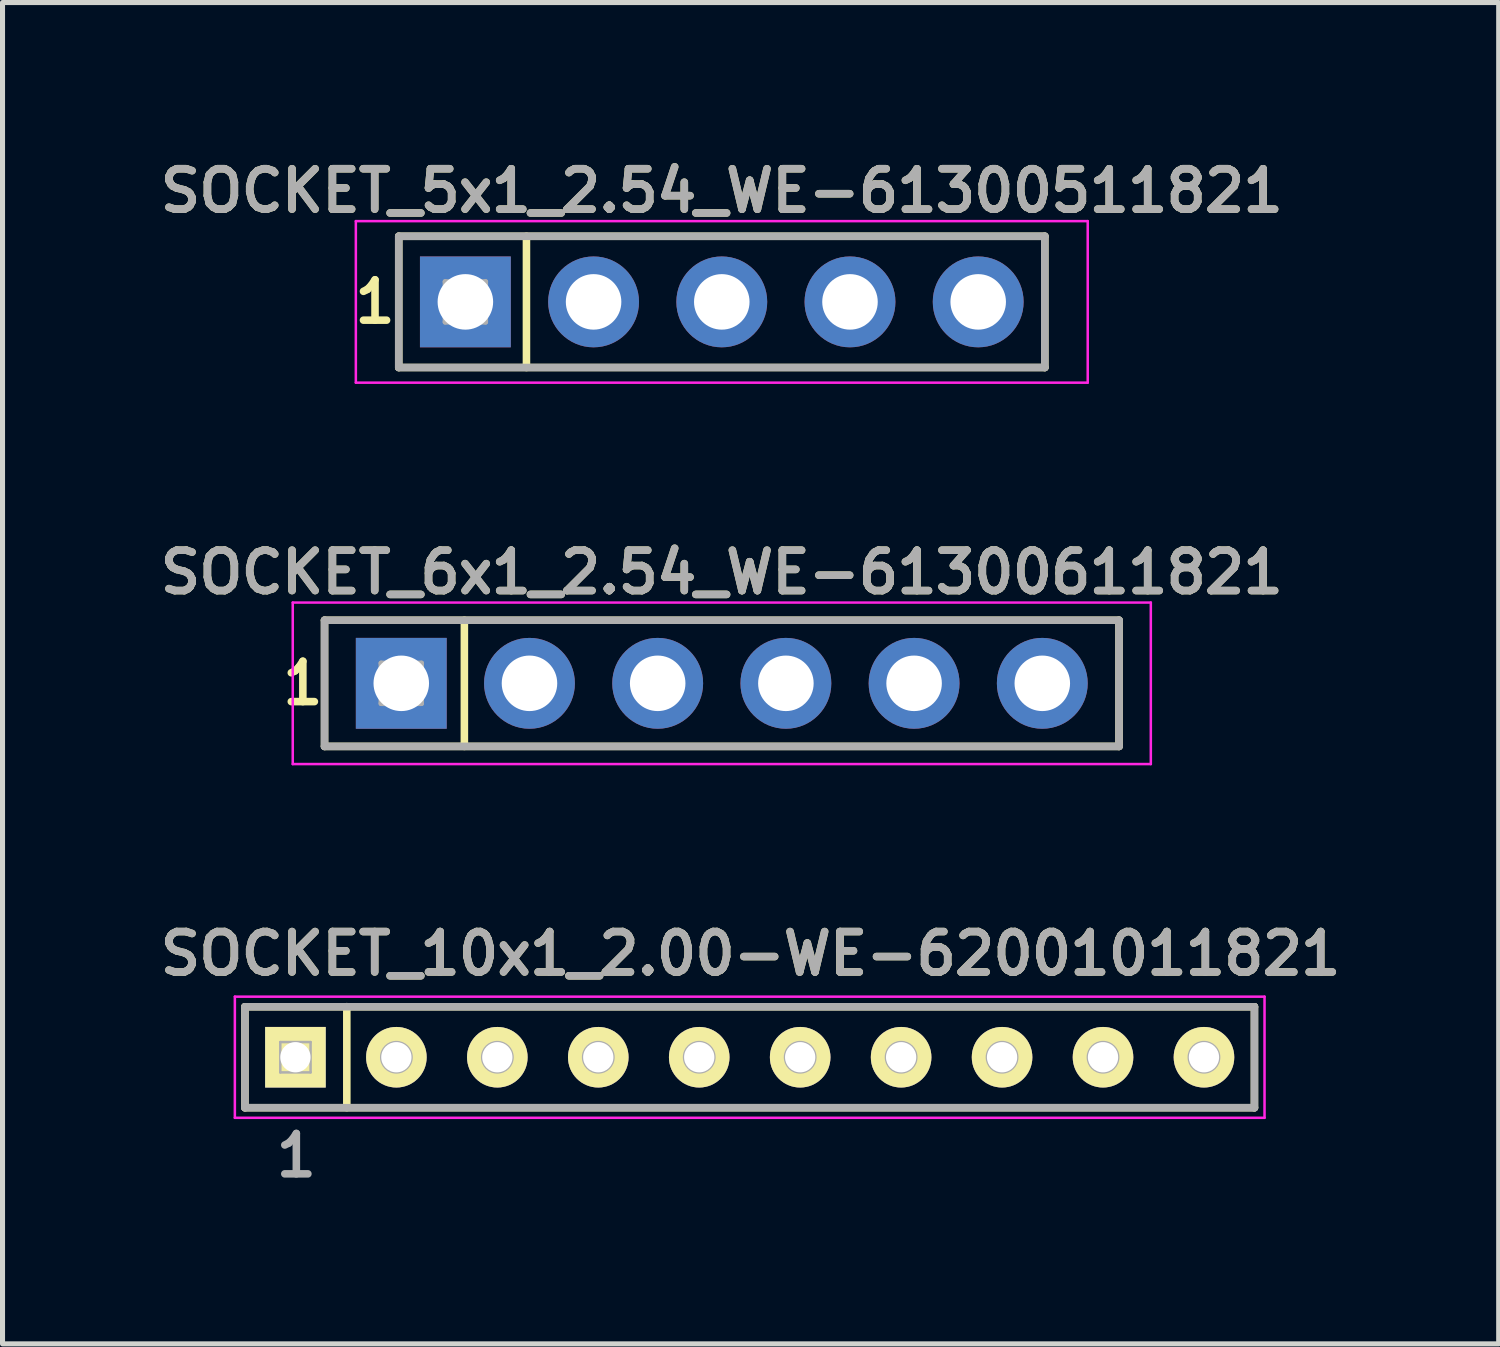
<source format=kicad_pcb>
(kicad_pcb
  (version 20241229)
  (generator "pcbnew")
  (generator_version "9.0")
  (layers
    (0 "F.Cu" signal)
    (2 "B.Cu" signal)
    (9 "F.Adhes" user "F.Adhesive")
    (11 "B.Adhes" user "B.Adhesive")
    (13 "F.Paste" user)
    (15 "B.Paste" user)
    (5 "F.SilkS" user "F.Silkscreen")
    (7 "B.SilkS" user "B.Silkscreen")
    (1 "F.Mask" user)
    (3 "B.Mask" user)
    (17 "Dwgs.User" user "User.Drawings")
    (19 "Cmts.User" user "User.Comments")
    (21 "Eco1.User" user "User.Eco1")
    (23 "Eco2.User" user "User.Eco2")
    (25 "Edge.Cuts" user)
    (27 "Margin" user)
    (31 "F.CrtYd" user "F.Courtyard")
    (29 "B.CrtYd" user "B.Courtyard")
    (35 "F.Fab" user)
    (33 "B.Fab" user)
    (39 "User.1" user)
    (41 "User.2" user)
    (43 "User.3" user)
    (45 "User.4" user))
  (footprint "SOCKET_5x1_2.54_WE-61300511821"
    (layer "F.Cu")
    (at 11.25 2.931)
    (property "Reference" "SOCKET_5x1_2.54_WE-61300511821" (at 0 -2.2 0) (layer "F.SilkS") (effects (font (size 0.8 0.8) (thickness 0.15))))
    (attr through_hole)
    (fp_line (start -6.4 -1.3) (end 6.4 -1.3) (stroke (width 0.15) (type solid)) (layer "F.SilkS"))
    (fp_line (start -6.4 1.3) (end -6.4 -1.3) (stroke (width 0.15) (type solid)) (layer "F.SilkS"))
    (fp_line (start -3.87 -1.3) (end -3.87 1.3) (stroke (width 0.15) (type solid)) (layer "F.SilkS"))
    (fp_line (start 6.4 -1.3) (end 6.4 1.3) (stroke (width 0.15) (type solid)) (layer "F.SilkS"))
    (fp_line (start 6.4 1.3) (end -6.4 1.3) (stroke (width 0.15) (type solid)) (layer "F.SilkS"))
    (fp_line (start -7.25 -1.6) (end 7.25 -1.6) (stroke (width 0.05) (type solid)) (layer "F.CrtYd"))
    (fp_line (start -7.25 1.6) (end -7.25 -1.6) (stroke (width 0.05) (type solid)) (layer "F.CrtYd"))
    (fp_line (start 7.25 -1.6) (end 7.25 1.6) (stroke (width 0.05) (type solid)) (layer "F.CrtYd"))
    (fp_line (start 7.25 1.6) (end -7.25 1.6) (stroke (width 0.05) (type solid)) (layer "F.CrtYd"))
    (fp_line (start -6.4 -1.3) (end 6.4 -1.3) (stroke (width 0.15) (type solid)) (layer "F.Fab"))
    (fp_line (start -6.4 1.3) (end -6.4 -1.3) (stroke (width 0.15) (type solid)) (layer "F.Fab"))
    (fp_line (start -5.48 -0.4) (end -4.68 -0.4) (stroke (width 0.1) (type solid)) (layer "F.Fab"))
    (fp_line (start -5.48 0) (end -4.68 0) (stroke (width 0.1) (type solid)) (layer "F.Fab"))
    (fp_line (start -5.48 0.4) (end -5.48 -0.4) (stroke (width 0.1) (type solid)) (layer "F.Fab"))
    (fp_line (start -5.08 -0.4) (end -5.08 0.4) (stroke (width 0.1) (type solid)) (layer "F.Fab"))
    (fp_line (start -4.68 -0.4) (end -4.68 0.4) (stroke (width 0.1) (type solid)) (layer "F.Fab"))
    (fp_line (start -4.68 0.4) (end -5.48 0.4) (stroke (width 0.1) (type solid)) (layer "F.Fab"))
    (fp_line (start -2.94 0) (end -2.14 0) (stroke (width 0.1) (type solid)) (layer "F.Fab"))
    (fp_line (start -2.54 -0.4) (end -2.54 0.4) (stroke (width 0.1) (type solid)) (layer "F.Fab"))
    (fp_line (start -0.4 0) (end 0.4 0) (stroke (width 0.1) (type solid)) (layer "F.Fab"))
    (fp_line (start 0 -0.4) (end 0 0.4) (stroke (width 0.1) (type solid)) (layer "F.Fab"))
    (fp_line (start 2.14 0) (end 2.94 0) (stroke (width 0.1) (type solid)) (layer "F.Fab"))
    (fp_line (start 2.54 -0.4) (end 2.54 0.4) (stroke (width 0.1) (type solid)) (layer "F.Fab"))
    (fp_line (start 4.68 0) (end 5.48 0) (stroke (width 0.1) (type solid)) (layer "F.Fab"))
    (fp_line (start 5.08 -0.4) (end 5.08 0.4) (stroke (width 0.1) (type solid)) (layer "F.Fab"))
    (fp_line (start 6.4 -1.3) (end 6.4 1.3) (stroke (width 0.15) (type solid)) (layer "F.Fab"))
    (fp_line (start 6.4 1.3) (end -6.4 1.3) (stroke (width 0.15) (type solid)) (layer "F.Fab"))
    (fp_circle (center -2.54 0) (end -2.14 0) (stroke (width 0.1) (type solid)) (fill no) (layer "F.Fab"))
    (fp_circle (center 0 0) (end 0.4 0) (stroke (width 0.1) (type solid)) (fill no) (layer "F.Fab"))
    (fp_circle (center 2.54 0) (end 2.94 0) (stroke (width 0.1) (type solid)) (fill no) (layer "F.Fab"))
    (fp_circle (center 5.08 0) (end 5.48 0) (stroke (width 0.1) (type solid)) (fill no) (layer "F.Fab"))
    (fp_text user "1" (at -6.87 0 0) (layer "F.SilkS") (effects (font (size 0.8 0.8) (thickness 0.15))))
    (fp_text user "${REFERENCE}" (at 0 -2.2 0) (layer "F.Fab") (effects (font (size 0.8 0.8) (thickness 0.15))))
    (pad "1" thru_hole rect (at -5.08 0) (size 1.8 1.8) (drill 1.1) (layers "*.Cu" "*.Mask"))
    (pad "2" thru_hole circle (at -2.54 0) (size 1.8 1.8) (drill 1.1) (layers "*.Cu" "*.Mask"))
    (pad "3" thru_hole circle (at 0 0) (size 1.8 1.8) (drill 1.1) (layers "*.Cu" "*.Mask"))
    (pad "4" thru_hole circle (at 2.54 0) (size 1.8 1.8) (drill 1.1) (layers "*.Cu" "*.Mask"))
    (pad "5" thru_hole circle (at 5.08 0) (size 1.8 1.8) (drill 1.1) (layers "*.Cu" "*.Mask")))
  (footprint "SOCKET_10x1_2.00-WE-62001011821"
    (layer "F.Cu")
    (at 11.821 17.844)
    (property "Reference" "SOCKET_10x1_2.00-WE-62001011821" (at 0 -2 180) (layer "F.SilkS") (effects (font (size 0.8 0.8) (thickness 0.15))))
    (attr through_hole)
    (fp_line (start -10.018 1.052) (end -10.018 -0.948) (stroke (width 0.15) (type solid)) (layer "F.SilkS"))
    (fp_line (start -10.018 1.052) (end 9.982 1.052) (stroke (width 0.15) (type solid)) (layer "F.SilkS"))
    (fp_line (start -8 -0.95) (end -8 1.05) (stroke (width 0.15) (type solid)) (layer "F.SilkS"))
    (fp_line (start 9.982 -0.948) (end -10.018 -0.948) (stroke (width 0.15) (type solid)) (layer "F.SilkS"))
    (fp_line (start 9.982 1.052) (end 9.982 -0.948) (stroke (width 0.15) (type solid)) (layer "F.SilkS"))
    (fp_line (start -10.218 -1.148) (end 10.182 -1.148) (stroke (width 0.05) (type solid)) (layer "F.CrtYd"))
    (fp_line (start -10.218 1.252) (end -10.218 -1.148) (stroke (width 0.05) (type solid)) (layer "F.CrtYd"))
    (fp_line (start 10.182 -1.148) (end 10.182 1.252) (stroke (width 0.05) (type solid)) (layer "F.CrtYd"))
    (fp_line (start 10.182 1.252) (end -10.218 1.252) (stroke (width 0.05) (type solid)) (layer "F.CrtYd"))
    (fp_line (start -10.018 -0.948) (end -10.018 1.052) (stroke (width 0.15) (type solid)) (layer "F.Fab"))
    (fp_line (start -10.018 1.052) (end 9.982 1.052) (stroke (width 0.15) (type solid)) (layer "F.Fab"))
    (fp_line (start -9.318 -0.248) (end -9.318 0.352) (stroke (width 0.05) (type solid)) (layer "F.Fab"))
    (fp_line (start -9.318 0.352) (end -8.718 0.352) (stroke (width 0.05) (type solid)) (layer "F.Fab"))
    (fp_line (start -8.718 -0.248) (end -9.318 -0.248) (stroke (width 0.05) (type solid)) (layer "F.Fab"))
    (fp_line (start -8.718 0.352) (end -8.718 -0.248) (stroke (width 0.05) (type solid)) (layer "F.Fab"))
    (fp_line (start 9.982 -0.948) (end -10.018 -0.948) (stroke (width 0.15) (type solid)) (layer "F.Fab"))
    (fp_line (start 9.982 1.052) (end 9.982 -0.948) (stroke (width 0.15) (type solid)) (layer "F.Fab"))
    (fp_circle (center -7.018 0.052) (end -7.018 -0.248) (stroke (width 0.05) (type solid)) (fill no) (layer "F.Fab"))
    (fp_circle (center -5.018 0.052) (end -5.018 -0.248) (stroke (width 0.05) (type solid)) (fill no) (layer "F.Fab"))
    (fp_circle (center -3.018 0.052) (end -3.018 -0.248) (stroke (width 0.05) (type solid)) (fill no) (layer "F.Fab"))
    (fp_circle (center -1.018 0.052) (end -1.018 -0.248) (stroke (width 0.05) (type solid)) (fill no) (layer "F.Fab"))
    (fp_circle (center 0.982 0.052) (end 0.982 -0.248) (stroke (width 0.05) (type solid)) (fill no) (layer "F.Fab"))
    (fp_circle (center 2.982 0.052) (end 2.982 -0.248) (stroke (width 0.05) (type solid)) (fill no) (layer "F.Fab"))
    (fp_circle (center 4.982 0.052) (end 4.982 -0.248) (stroke (width 0.05) (type solid)) (fill no) (layer "F.Fab"))
    (fp_circle (center 6.982 0.052) (end 6.982 -0.248) (stroke (width 0.05) (type solid)) (fill no) (layer "F.Fab"))
    (fp_circle (center 8.982 0.052) (end 8.982 -0.248) (stroke (width 0.05) (type solid)) (fill no) (layer "F.Fab"))
    (fp_text user "${REFERENCE}" (at 0 -2 0) (layer "F.Fab") (effects (font (size 0.8 0.8) (thickness 0.15))))
    (fp_text user "1" (at -9 2 180) (layer "F.Fab") (effects (font (size 0.8 0.8) (thickness 0.15))))
    (pad "1" thru_hole rect (at -9.018 0.052 90) (size 1.2 1.2) (drill 0.6) (layers "*.Cu" "*.Mask" "F.SilkS"))
    (pad "2" thru_hole circle (at -7.018 0.052 90) (size 1.2 1.2) (drill 0.6) (layers "*.Cu" "*.Mask" "F.SilkS"))
    (pad "3" thru_hole circle (at -5.018 0.052 90) (size 1.2 1.2) (drill 0.6) (layers "*.Cu" "*.Mask" "F.SilkS"))
    (pad "4" thru_hole circle (at -3.018 0.052 90) (size 1.2 1.2) (drill 0.6) (layers "*.Cu" "*.Mask" "F.SilkS"))
    (pad "5" thru_hole circle (at -1.018 0.052 90) (size 1.2 1.2) (drill 0.6) (layers "*.Cu" "*.Mask" "F.SilkS"))
    (pad "6" thru_hole circle (at 0.982 0.052 90) (size 1.2 1.2) (drill 0.6) (layers "*.Cu" "*.Mask" "F.SilkS"))
    (pad "7" thru_hole circle (at 2.982 0.052 90) (size 1.2 1.2) (drill 0.6) (layers "*.Cu" "*.Mask" "F.SilkS"))
    (pad "8" thru_hole circle (at 4.982 0.052 90) (size 1.2 1.2) (drill 0.6) (layers "*.Cu" "*.Mask" "F.SilkS"))
    (pad "9" thru_hole circle (at 6.982 0.052 90) (size 1.2 1.2) (drill 0.6) (layers "*.Cu" "*.Mask" "F.SilkS"))
    (pad "10" thru_hole circle (at 8.982 0.052 90) (size 1.2 1.2) (drill 0.6) (layers "*.Cu" "*.Mask" "F.SilkS")))
  (footprint "SOCKET_6x1_2.54_WE-61300611821"
    (layer "F.Cu")
    (at 11.25 10.488)
    (property "Reference" "SOCKET_6x1_2.54_WE-61300611821" (at 0 -2.2 0) (layer "F.SilkS") (effects (font (size 0.8 0.8) (thickness 0.15))))
    (attr through_hole)
    (fp_line (start -7.87 -1.25) (end 7.87 -1.25) (stroke (width 0.15) (type solid)) (layer "F.SilkS"))
    (fp_line (start -7.87 1.25) (end -7.87 -1.25) (stroke (width 0.15) (type solid)) (layer "F.SilkS"))
    (fp_line (start -5.1 -1.25) (end -5.1 1.25) (stroke (width 0.15) (type solid)) (layer "F.SilkS"))
    (fp_line (start 7.87 -1.25) (end 7.87 1.25) (stroke (width 0.15) (type solid)) (layer "F.SilkS"))
    (fp_line (start 7.87 1.25) (end -7.87 1.25) (stroke (width 0.15) (type solid)) (layer "F.SilkS"))
    (fp_line (start -8.5 -1.6) (end 8.5 -1.6) (stroke (width 0.05) (type solid)) (layer "F.CrtYd"))
    (fp_line (start -8.5 1.6) (end -8.5 -1.6) (stroke (width 0.05) (type solid)) (layer "F.CrtYd"))
    (fp_line (start 8.5 -1.6) (end 8.5 1.6) (stroke (width 0.05) (type solid)) (layer "F.CrtYd"))
    (fp_line (start 8.5 1.6) (end -8.5 1.6) (stroke (width 0.05) (type solid)) (layer "F.CrtYd"))
    (fp_line (start -7.87 -1.25) (end 7.87 -1.25) (stroke (width 0.15) (type solid)) (layer "F.Fab"))
    (fp_line (start -7.87 1.25) (end -7.87 -1.25) (stroke (width 0.15) (type solid)) (layer "F.Fab"))
    (fp_line (start -6.75 -0.4) (end -5.95 -0.4) (stroke (width 0.1) (type solid)) (layer "F.Fab"))
    (fp_line (start -6.75 0) (end -5.95 0) (stroke (width 0.1) (type solid)) (layer "F.Fab"))
    (fp_line (start -6.75 0.4) (end -6.75 -0.4) (stroke (width 0.1) (type solid)) (layer "F.Fab"))
    (fp_line (start -6.35 -0.4) (end -6.35 0.4) (stroke (width 0.1) (type solid)) (layer "F.Fab"))
    (fp_line (start -5.95 -0.4) (end -5.95 0.4) (stroke (width 0.1) (type solid)) (layer "F.Fab"))
    (fp_line (start -5.95 0.4) (end -6.75 0.4) (stroke (width 0.1) (type solid)) (layer "F.Fab"))
    (fp_line (start -4.21 0) (end -3.41 0) (stroke (width 0.1) (type solid)) (layer "F.Fab"))
    (fp_line (start -3.81 -0.4) (end -3.81 0.4) (stroke (width 0.1) (type solid)) (layer "F.Fab"))
    (fp_line (start -1.67 0) (end -0.87 0) (stroke (width 0.1) (type solid)) (layer "F.Fab"))
    (fp_line (start -1.27 -0.4) (end -1.27 0.4) (stroke (width 0.1) (type solid)) (layer "F.Fab"))
    (fp_line (start 0.87 0) (end 1.67 0) (stroke (width 0.1) (type solid)) (layer "F.Fab"))
    (fp_line (start 1.27 -0.4) (end 1.27 0.4) (stroke (width 0.1) (type solid)) (layer "F.Fab"))
    (fp_line (start 3.41 0) (end 4.21 0) (stroke (width 0.1) (type solid)) (layer "F.Fab"))
    (fp_line (start 3.81 -0.4) (end 3.81 0.4) (stroke (width 0.1) (type solid)) (layer "F.Fab"))
    (fp_line (start 7.87 -1.25) (end 7.87 1.25) (stroke (width 0.15) (type solid)) (layer "F.Fab"))
    (fp_line (start 7.87 1.25) (end -7.87 1.25) (stroke (width 0.15) (type solid)) (layer "F.Fab"))
    (fp_circle (center -3.81 0) (end -3.41 0) (stroke (width 0.1) (type solid)) (fill no) (layer "F.Fab"))
    (fp_circle (center -1.27 0) (end -0.87 0) (stroke (width 0.1) (type solid)) (fill no) (layer "F.Fab"))
    (fp_circle (center 1.27 0) (end 1.67 0) (stroke (width 0.1) (type solid)) (fill no) (layer "F.Fab"))
    (fp_circle (center 3.81 0) (end 4.21 0) (stroke (width 0.1) (type solid)) (fill no) (layer "F.Fab"))
    (fp_text user "1" (at -8.3 0 0) (layer "F.SilkS") (effects (font (size 0.8 0.8) (thickness 0.15))))
    (fp_text user "${REFERENCE}" (at 0 -2.2 0) (layer "F.Fab") (effects (font (size 0.8 0.8) (thickness 0.15))))
    (pad "1" thru_hole rect (at -6.35 0) (size 1.8 1.8) (drill 1.1) (layers "*.Cu" "*.Mask"))
    (pad "2" thru_hole circle (at -3.81 0) (size 1.8 1.8) (drill 1.1) (layers "*.Cu" "*.Mask"))
    (pad "3" thru_hole circle (at -1.27 0) (size 1.8 1.8) (drill 1.1) (layers "*.Cu" "*.Mask"))
    (pad "4" thru_hole circle (at 1.27 0) (size 1.8 1.8) (drill 1.1) (layers "*.Cu" "*.Mask"))
    (pad "5" thru_hole circle (at 3.81 0) (size 1.8 1.8) (drill 1.1) (layers "*.Cu" "*.Mask"))
    (pad "6" thru_hole circle (at 6.35 0) (size 1.8 1.8) (drill 1.1) (layers "*.Cu" "*.Mask")))
  (gr_rect
    (start -3 -3)
    (end 26.642 23.575)
    (stroke (width 0.1) (type default))
    (fill no)
    (layer "Edge.Cuts")))
</source>
